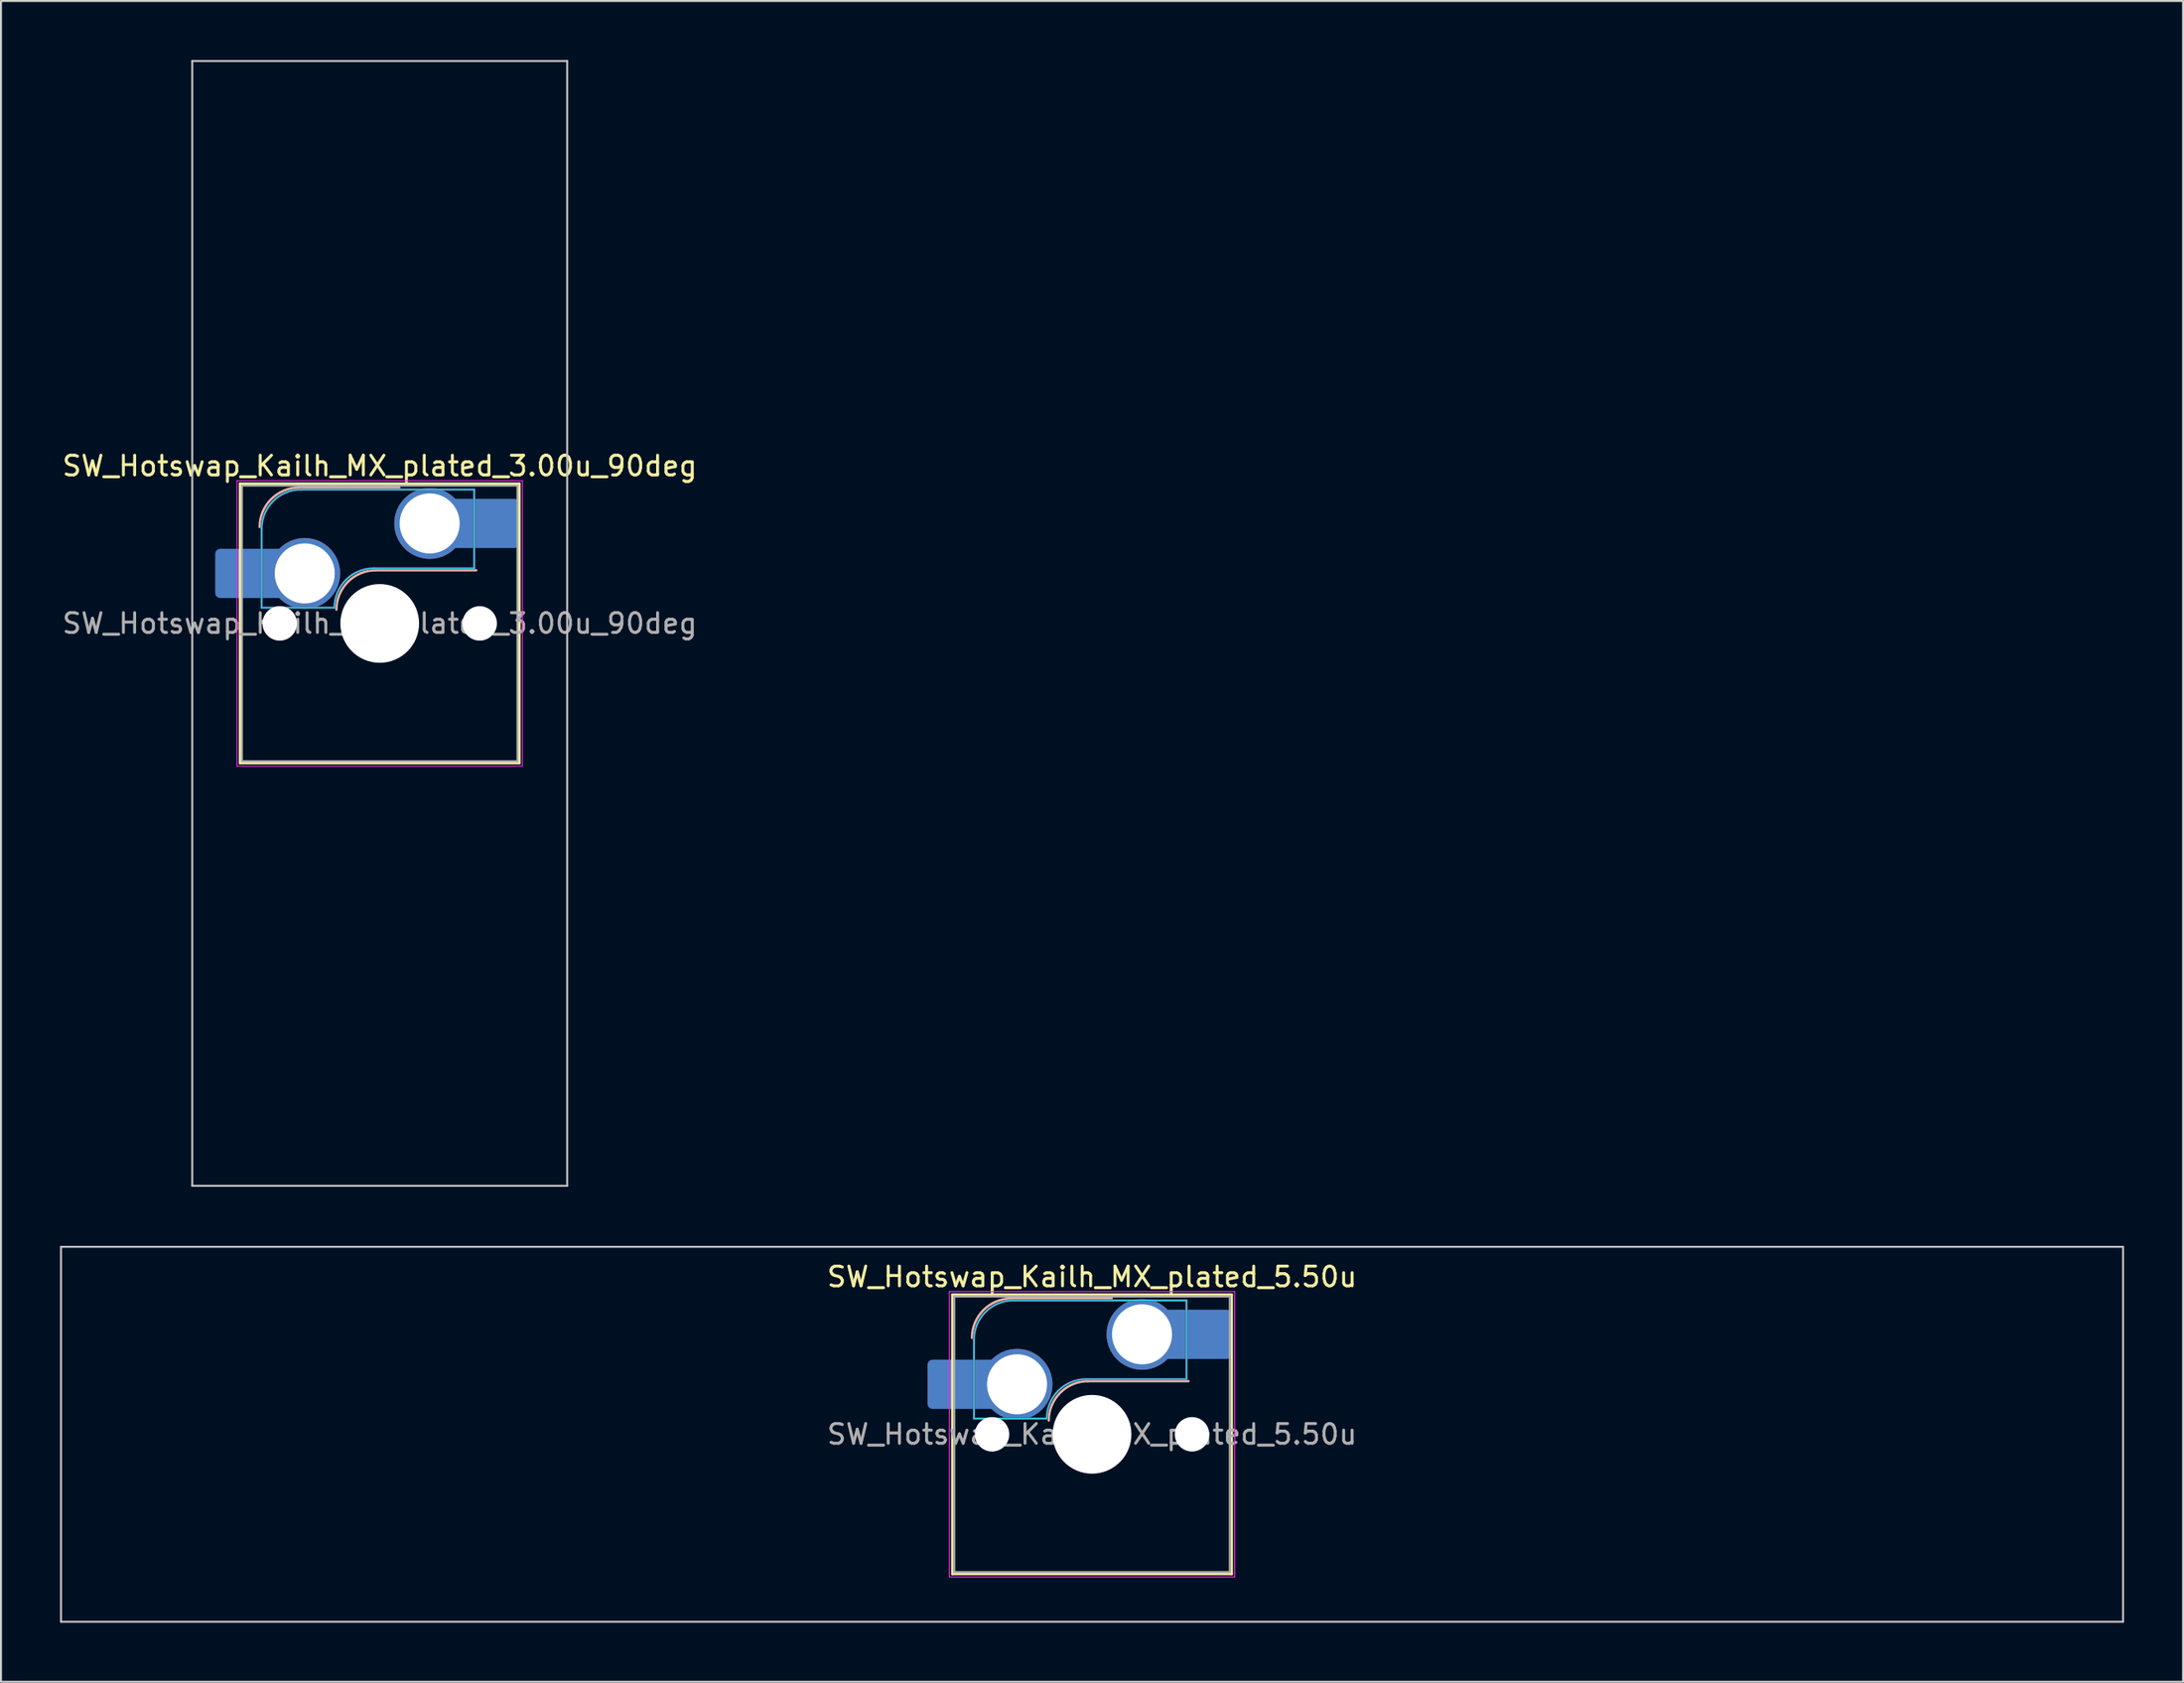
<source format=kicad_pcb>
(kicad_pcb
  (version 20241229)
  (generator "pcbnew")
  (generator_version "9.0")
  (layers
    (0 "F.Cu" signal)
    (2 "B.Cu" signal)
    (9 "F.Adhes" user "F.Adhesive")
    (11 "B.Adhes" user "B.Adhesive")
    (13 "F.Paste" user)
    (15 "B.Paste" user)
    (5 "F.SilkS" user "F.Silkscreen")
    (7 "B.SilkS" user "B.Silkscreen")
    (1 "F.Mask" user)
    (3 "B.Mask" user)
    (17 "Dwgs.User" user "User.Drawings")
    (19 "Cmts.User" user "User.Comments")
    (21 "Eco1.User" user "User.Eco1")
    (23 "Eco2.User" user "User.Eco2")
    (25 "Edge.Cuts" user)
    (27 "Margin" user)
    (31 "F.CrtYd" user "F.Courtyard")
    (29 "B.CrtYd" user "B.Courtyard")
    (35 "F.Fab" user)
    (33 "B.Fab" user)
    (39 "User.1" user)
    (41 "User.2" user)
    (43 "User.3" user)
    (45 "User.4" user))
  (footprint "SW_Hotswap_Kailh_MX_plated_3.00u_90deg"
    (layer "F.Cu")
    (at 16.244 28.625)
    (property "Reference" "SW_Hotswap_Kailh_MX_plated_3.00u_90deg" (at 0 -8 0) (layer "F.SilkS") (effects (font (size 1 1) (thickness 0.15))))
    (attr smd)
    (fp_line (start -7.1 -7.1) (end -7.1 7.1) (stroke (width 0.12) (type solid)) (layer "F.SilkS"))
    (fp_line (start -7.1 7.1) (end 7.1 7.1) (stroke (width 0.12) (type solid)) (layer "F.SilkS"))
    (fp_line (start 7.1 -7.1) (end -7.1 -7.1) (stroke (width 0.12) (type solid)) (layer "F.SilkS"))
    (fp_line (start 7.1 7.1) (end 7.1 -7.1) (stroke (width 0.12) (type solid)) (layer "F.SilkS"))
    (fp_line (start -4.1 -6.9) (end 1 -6.9) (stroke (width 0.12) (type solid)) (layer "B.SilkS"))
    (fp_line (start -0.2 -2.7) (end 4.9 -2.7) (stroke (width 0.12) (type solid)) (layer "B.SilkS"))
    (fp_arc (start -6.1 -4.9) (mid -5.514214 -6.314214) (end -4.1 -6.9) (stroke (width 0.12) (type solid)) (layer "B.SilkS"))
    (fp_arc (start -2.2 -0.7) (mid -1.614214 -2.114214) (end -0.2 -2.7) (stroke (width 0.12) (type solid)) (layer "B.SilkS"))
    (fp_line (start -9.525 -28.575) (end 9.525 -28.575) (stroke (width 0.1) (type solid)) (layer "Dwgs.User"))
    (fp_line (start -9.525 28.575) (end -9.525 -28.575) (stroke (width 0.1) (type solid)) (layer "Dwgs.User"))
    (fp_line (start 9.525 -28.575) (end 9.525 28.575) (stroke (width 0.1) (type solid)) (layer "Dwgs.User"))
    (fp_line (start 9.525 28.575) (end -9.525 28.575) (stroke (width 0.1) (type solid)) (layer "Dwgs.User"))
    (fp_line (start -7.8 -6) (end -7 -6) (stroke (width 0.1) (type solid)) (layer "Eco1.User"))
    (fp_line (start -7.8 -2.9) (end -7.8 -6) (stroke (width 0.1) (type solid)) (layer "Eco1.User"))
    (fp_line (start -7.8 2.9) (end -7 2.9) (stroke (width 0.1) (type solid)) (layer "Eco1.User"))
    (fp_line (start -7.8 6) (end -7.8 2.9) (stroke (width 0.1) (type solid)) (layer "Eco1.User"))
    (fp_line (start -7 -7) (end 7 -7) (stroke (width 0.1) (type solid)) (layer "Eco1.User"))
    (fp_line (start -7 -6) (end -7 -7) (stroke (width 0.1) (type solid)) (layer "Eco1.User"))
    (fp_line (start -7 -2.9) (end -7.8 -2.9) (stroke (width 0.1) (type solid)) (layer "Eco1.User"))
    (fp_line (start -7 2.9) (end -7 -2.9) (stroke (width 0.1) (type solid)) (layer "Eco1.User"))
    (fp_line (start -7 6) (end -7.8 6) (stroke (width 0.1) (type solid)) (layer "Eco1.User"))
    (fp_line (start -7 7) (end -7 6) (stroke (width 0.1) (type solid)) (layer "Eco1.User"))
    (fp_line (start 7 -7) (end 7 -6) (stroke (width 0.1) (type solid)) (layer "Eco1.User"))
    (fp_line (start 7 -6) (end 7.8 -6) (stroke (width 0.1) (type solid)) (layer "Eco1.User"))
    (fp_line (start 7 -2.9) (end 7 2.9) (stroke (width 0.1) (type solid)) (layer "Eco1.User"))
    (fp_line (start 7 2.9) (end 7.8 2.9) (stroke (width 0.1) (type solid)) (layer "Eco1.User"))
    (fp_line (start 7 6) (end 7 7) (stroke (width 0.1) (type solid)) (layer "Eco1.User"))
    (fp_line (start 7 7) (end -7 7) (stroke (width 0.1) (type solid)) (layer "Eco1.User"))
    (fp_line (start 7.8 -6) (end 7.8 -2.9) (stroke (width 0.1) (type solid)) (layer "Eco1.User"))
    (fp_line (start 7.8 -2.9) (end 7 -2.9) (stroke (width 0.1) (type solid)) (layer "Eco1.User"))
    (fp_line (start 7.8 2.9) (end 7.8 6) (stroke (width 0.1) (type solid)) (layer "Eco1.User"))
    (fp_line (start 7.8 6) (end 7 6) (stroke (width 0.1) (type solid)) (layer "Eco1.User"))
    (fp_line (start -6 -0.8) (end -6 -4.8) (stroke (width 0.05) (type solid)) (layer "B.CrtYd"))
    (fp_line (start -6 -0.8) (end -2.3 -0.8) (stroke (width 0.05) (type solid)) (layer "B.CrtYd"))
    (fp_line (start -4 -6.8) (end 4.8 -6.8) (stroke (width 0.05) (type solid)) (layer "B.CrtYd"))
    (fp_line (start -0.3 -2.8) (end 4.8 -2.8) (stroke (width 0.05) (type solid)) (layer "B.CrtYd"))
    (fp_line (start 4.8 -6.8) (end 4.8 -2.8) (stroke (width 0.05) (type solid)) (layer "B.CrtYd"))
    (fp_arc (start -6 -4.8) (mid -5.414214 -6.214214) (end -4 -6.8) (stroke (width 0.05) (type solid)) (layer "B.CrtYd"))
    (fp_arc (start -2.3 -0.8) (mid -1.714214 -2.214214) (end -0.3 -2.8) (stroke (width 0.05) (type solid)) (layer "B.CrtYd"))
    (fp_line (start -7.25 -7.25) (end -7.25 7.25) (stroke (width 0.05) (type solid)) (layer "F.CrtYd"))
    (fp_line (start -7.25 7.25) (end 7.25 7.25) (stroke (width 0.05) (type solid)) (layer "F.CrtYd"))
    (fp_line (start 7.25 -7.25) (end -7.25 -7.25) (stroke (width 0.05) (type solid)) (layer "F.CrtYd"))
    (fp_line (start 7.25 7.25) (end 7.25 -7.25) (stroke (width 0.05) (type solid)) (layer "F.CrtYd"))
    (fp_line (start -6 -0.8) (end -6 -4.8) (stroke (width 0.12) (type solid)) (layer "B.Fab"))
    (fp_line (start -6 -0.8) (end -2.3 -0.8) (stroke (width 0.12) (type solid)) (layer "B.Fab"))
    (fp_line (start -4 -6.8) (end 4.8 -6.8) (stroke (width 0.12) (type solid)) (layer "B.Fab"))
    (fp_line (start -0.3 -2.8) (end 4.8 -2.8) (stroke (width 0.12) (type solid)) (layer "B.Fab"))
    (fp_line (start 4.8 -6.8) (end 4.8 -2.8) (stroke (width 0.12) (type solid)) (layer "B.Fab"))
    (fp_arc (start -6 -4.8) (mid -5.414214 -6.214214) (end -4 -6.8) (stroke (width 0.12) (type solid)) (layer "B.Fab"))
    (fp_arc (start -2.3 -0.8) (mid -1.714214 -2.214214) (end -0.3 -2.8) (stroke (width 0.12) (type solid)) (layer "B.Fab"))
    (fp_line (start -7 -7) (end -7 7) (stroke (width 0.1) (type solid)) (layer "F.Fab"))
    (fp_line (start -7 7) (end 7 7) (stroke (width 0.1) (type solid)) (layer "F.Fab"))
    (fp_line (start 7 -7) (end -7 -7) (stroke (width 0.1) (type solid)) (layer "F.Fab"))
    (fp_line (start 7 7) (end 7 -7) (stroke (width 0.1) (type solid)) (layer "F.Fab"))
    (fp_text user "${REFERENCE}" (at 0 0 0) (layer "F.Fab") (effects (font (size 1 1) (thickness 0.15))))
    (pad "" smd roundrect (at -7.085 -2.54) (size 2.55 2.5) (layers "B.Mask" "B.Paste") (roundrect_rratio 0.1))
    (pad "" np_thru_hole circle (at -5.08 0) (size 1.75 1.75) (drill 1.75) (layers "*.Cu" "*.Mask"))
    (pad "" smd circle (at -3.81 -2.54) (size 3.1 3.1) (layers "F.Mask"))
    (pad "" np_thru_hole circle (at 0 0) (size 4 4) (drill 4) (layers "*.Cu" "*.Mask"))
    (pad "" smd circle (at 2.54 -5.08) (size 3.1 3.1) (layers "F.Mask"))
    (pad "" np_thru_hole circle (at 5.08 0) (size 1.75 1.75) (drill 1.75) (layers "*.Cu" "*.Mask"))
    (pad "" smd roundrect (at 5.842 -5.08) (size 2.55 2.5) (layers "B.Mask" "B.Paste") (roundrect_rratio 0.1))
    (pad "1" smd roundrect (at -6.585 -2.54) (size 3.55 2.5) (layers "B.Cu") (roundrect_rratio 0.1))
    (pad "1" thru_hole circle (at -3.81 -2.54) (size 3.6 3.6) (drill 3.05) (layers "*.Cu" "B.Mask"))
    (pad "2" thru_hole circle (at 2.54 -5.08) (size 3.6 3.6) (drill 3.05) (layers "*.Cu" "B.Mask"))
    (pad "2" smd roundrect (at 5.32 -5.08) (size 3.55 2.5) (layers "B.Cu") (roundrect_rratio 0.1)))
  (footprint "SW_Hotswap_Kailh_MX_plated_5.50u"
    (layer "F.Cu")
    (at 52.438 69.825)
    (property "Reference" "SW_Hotswap_Kailh_MX_plated_5.50u" (at 0 -8 0) (layer "F.SilkS") (effects (font (size 1 1) (thickness 0.15))))
    (attr smd)
    (fp_line (start -7.1 -7.1) (end -7.1 7.1) (stroke (width 0.12) (type solid)) (layer "F.SilkS"))
    (fp_line (start -7.1 7.1) (end 7.1 7.1) (stroke (width 0.12) (type solid)) (layer "F.SilkS"))
    (fp_line (start 7.1 -7.1) (end -7.1 -7.1) (stroke (width 0.12) (type solid)) (layer "F.SilkS"))
    (fp_line (start 7.1 7.1) (end 7.1 -7.1) (stroke (width 0.12) (type solid)) (layer "F.SilkS"))
    (fp_line (start -4.1 -6.9) (end 1 -6.9) (stroke (width 0.12) (type solid)) (layer "B.SilkS"))
    (fp_line (start -0.2 -2.7) (end 4.9 -2.7) (stroke (width 0.12) (type solid)) (layer "B.SilkS"))
    (fp_arc (start -6.1 -4.9) (mid -5.514214 -6.314214) (end -4.1 -6.9) (stroke (width 0.12) (type solid)) (layer "B.SilkS"))
    (fp_arc (start -2.2 -0.7) (mid -1.614214 -2.114214) (end -0.2 -2.7) (stroke (width 0.12) (type solid)) (layer "B.SilkS"))
    (fp_line (start -52.388 -9.525) (end -52.388 9.525) (stroke (width 0.1) (type solid)) (layer "Dwgs.User"))
    (fp_line (start -52.388 9.525) (end 52.388 9.525) (stroke (width 0.1) (type solid)) (layer "Dwgs.User"))
    (fp_line (start 52.388 -9.525) (end -52.388 -9.525) (stroke (width 0.1) (type solid)) (layer "Dwgs.User"))
    (fp_line (start 52.388 9.525) (end 52.388 -9.525) (stroke (width 0.1) (type solid)) (layer "Dwgs.User"))
    (fp_line (start -7.8 -6) (end -7 -6) (stroke (width 0.1) (type solid)) (layer "Eco1.User"))
    (fp_line (start -7.8 -2.9) (end -7.8 -6) (stroke (width 0.1) (type solid)) (layer "Eco1.User"))
    (fp_line (start -7.8 2.9) (end -7 2.9) (stroke (width 0.1) (type solid)) (layer "Eco1.User"))
    (fp_line (start -7.8 6) (end -7.8 2.9) (stroke (width 0.1) (type solid)) (layer "Eco1.User"))
    (fp_line (start -7 -7) (end 7 -7) (stroke (width 0.1) (type solid)) (layer "Eco1.User"))
    (fp_line (start -7 -6) (end -7 -7) (stroke (width 0.1) (type solid)) (layer "Eco1.User"))
    (fp_line (start -7 -2.9) (end -7.8 -2.9) (stroke (width 0.1) (type solid)) (layer "Eco1.User"))
    (fp_line (start -7 2.9) (end -7 -2.9) (stroke (width 0.1) (type solid)) (layer "Eco1.User"))
    (fp_line (start -7 6) (end -7.8 6) (stroke (width 0.1) (type solid)) (layer "Eco1.User"))
    (fp_line (start -7 7) (end -7 6) (stroke (width 0.1) (type solid)) (layer "Eco1.User"))
    (fp_line (start 7 -7) (end 7 -6) (stroke (width 0.1) (type solid)) (layer "Eco1.User"))
    (fp_line (start 7 -6) (end 7.8 -6) (stroke (width 0.1) (type solid)) (layer "Eco1.User"))
    (fp_line (start 7 -2.9) (end 7 2.9) (stroke (width 0.1) (type solid)) (layer "Eco1.User"))
    (fp_line (start 7 2.9) (end 7.8 2.9) (stroke (width 0.1) (type solid)) (layer "Eco1.User"))
    (fp_line (start 7 6) (end 7 7) (stroke (width 0.1) (type solid)) (layer "Eco1.User"))
    (fp_line (start 7 7) (end -7 7) (stroke (width 0.1) (type solid)) (layer "Eco1.User"))
    (fp_line (start 7.8 -6) (end 7.8 -2.9) (stroke (width 0.1) (type solid)) (layer "Eco1.User"))
    (fp_line (start 7.8 -2.9) (end 7 -2.9) (stroke (width 0.1) (type solid)) (layer "Eco1.User"))
    (fp_line (start 7.8 2.9) (end 7.8 6) (stroke (width 0.1) (type solid)) (layer "Eco1.User"))
    (fp_line (start 7.8 6) (end 7 6) (stroke (width 0.1) (type solid)) (layer "Eco1.User"))
    (fp_line (start -6 -0.8) (end -6 -4.8) (stroke (width 0.05) (type solid)) (layer "B.CrtYd"))
    (fp_line (start -6 -0.8) (end -2.3 -0.8) (stroke (width 0.05) (type solid)) (layer "B.CrtYd"))
    (fp_line (start -4 -6.8) (end 4.8 -6.8) (stroke (width 0.05) (type solid)) (layer "B.CrtYd"))
    (fp_line (start -0.3 -2.8) (end 4.8 -2.8) (stroke (width 0.05) (type solid)) (layer "B.CrtYd"))
    (fp_line (start 4.8 -6.8) (end 4.8 -2.8) (stroke (width 0.05) (type solid)) (layer "B.CrtYd"))
    (fp_arc (start -6 -4.8) (mid -5.414214 -6.214214) (end -4 -6.8) (stroke (width 0.05) (type solid)) (layer "B.CrtYd"))
    (fp_arc (start -2.3 -0.8) (mid -1.714214 -2.214214) (end -0.3 -2.8) (stroke (width 0.05) (type solid)) (layer "B.CrtYd"))
    (fp_line (start -7.25 -7.25) (end -7.25 7.25) (stroke (width 0.05) (type solid)) (layer "F.CrtYd"))
    (fp_line (start -7.25 7.25) (end 7.25 7.25) (stroke (width 0.05) (type solid)) (layer "F.CrtYd"))
    (fp_line (start 7.25 -7.25) (end -7.25 -7.25) (stroke (width 0.05) (type solid)) (layer "F.CrtYd"))
    (fp_line (start 7.25 7.25) (end 7.25 -7.25) (stroke (width 0.05) (type solid)) (layer "F.CrtYd"))
    (fp_line (start -6 -0.8) (end -6 -4.8) (stroke (width 0.12) (type solid)) (layer "B.Fab"))
    (fp_line (start -6 -0.8) (end -2.3 -0.8) (stroke (width 0.12) (type solid)) (layer "B.Fab"))
    (fp_line (start -4 -6.8) (end 4.8 -6.8) (stroke (width 0.12) (type solid)) (layer "B.Fab"))
    (fp_line (start -0.3 -2.8) (end 4.8 -2.8) (stroke (width 0.12) (type solid)) (layer "B.Fab"))
    (fp_line (start 4.8 -6.8) (end 4.8 -2.8) (stroke (width 0.12) (type solid)) (layer "B.Fab"))
    (fp_arc (start -6 -4.8) (mid -5.414214 -6.214214) (end -4 -6.8) (stroke (width 0.12) (type solid)) (layer "B.Fab"))
    (fp_arc (start -2.3 -0.8) (mid -1.714214 -2.214214) (end -0.3 -2.8) (stroke (width 0.12) (type solid)) (layer "B.Fab"))
    (fp_line (start -7 -7) (end -7 7) (stroke (width 0.1) (type solid)) (layer "F.Fab"))
    (fp_line (start -7 7) (end 7 7) (stroke (width 0.1) (type solid)) (layer "F.Fab"))
    (fp_line (start 7 -7) (end -7 -7) (stroke (width 0.1) (type solid)) (layer "F.Fab"))
    (fp_line (start 7 7) (end 7 -7) (stroke (width 0.1) (type solid)) (layer "F.Fab"))
    (fp_text user "${REFERENCE}" (at 0 0 0) (layer "F.Fab") (effects (font (size 1 1) (thickness 0.15))))
    (pad "" smd roundrect (at -7.085 -2.54) (size 2.55 2.5) (layers "B.Mask" "B.Paste") (roundrect_rratio 0.1))
    (pad "" np_thru_hole circle (at -5.08 0) (size 1.75 1.75) (drill 1.75) (layers "*.Cu" "*.Mask"))
    (pad "" smd circle (at -3.81 -2.54) (size 3.1 3.1) (layers "F.Mask"))
    (pad "" np_thru_hole circle (at 0 0) (size 4 4) (drill 4) (layers "*.Cu" "*.Mask"))
    (pad "" smd circle (at 2.54 -5.08) (size 3.1 3.1) (layers "F.Mask"))
    (pad "" np_thru_hole circle (at 5.08 0) (size 1.75 1.75) (drill 1.75) (layers "*.Cu" "*.Mask"))
    (pad "" smd roundrect (at 5.842 -5.08) (size 2.55 2.5) (layers "B.Mask" "B.Paste") (roundrect_rratio 0.1))
    (pad "1" smd roundrect (at -6.585 -2.54) (size 3.55 2.5) (layers "B.Cu") (roundrect_rratio 0.1))
    (pad "1" thru_hole circle (at -3.81 -2.54) (size 3.6 3.6) (drill 3.05) (layers "*.Cu" "B.Mask"))
    (pad "2" thru_hole circle (at 2.54 -5.08) (size 3.6 3.6) (drill 3.05) (layers "*.Cu" "B.Mask"))
    (pad "2" smd roundrect (at 5.32 -5.08) (size 3.55 2.5) (layers "B.Cu") (roundrect_rratio 0.1)))
  (gr_rect
    (start -3 -3)
    (end 107.875 82.4)
    (stroke (width 0.1) (type default))
    (fill no)
    (layer "Edge.Cuts")))
</source>
